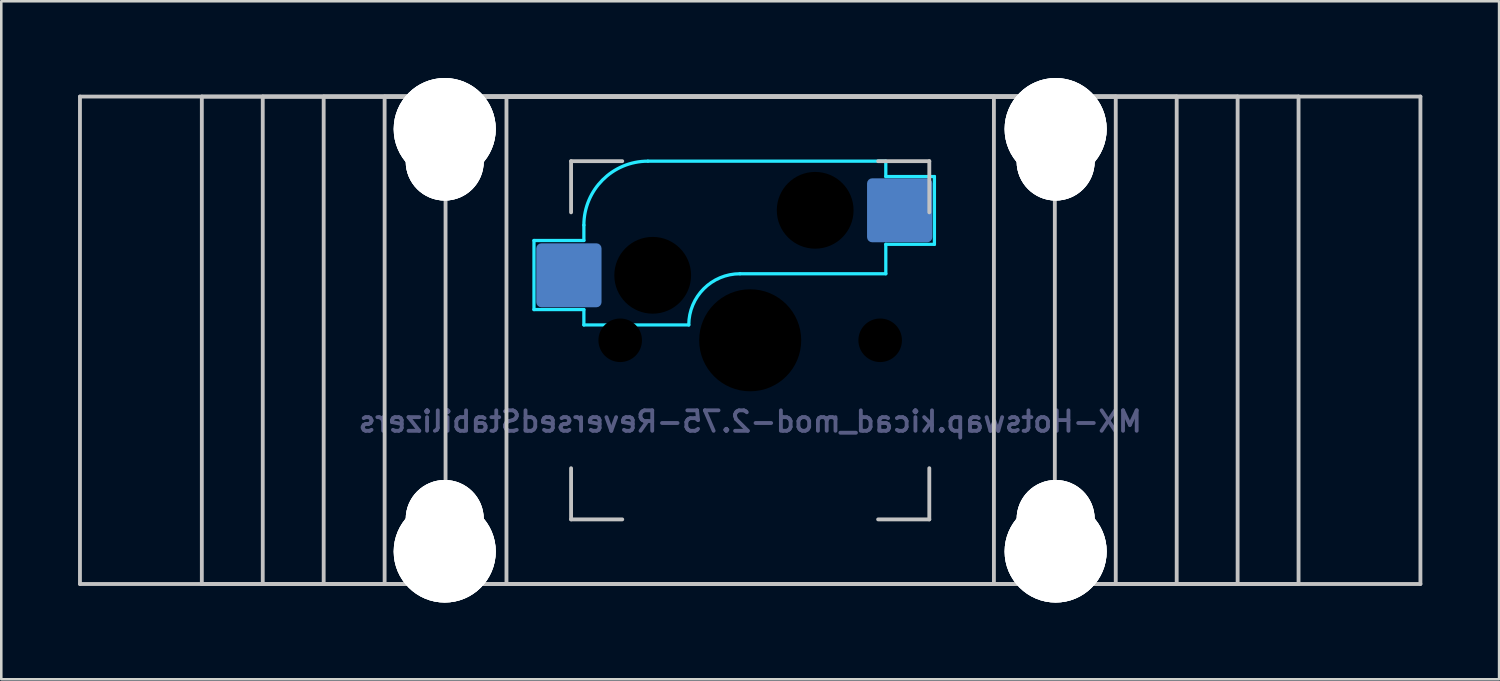
<source format=kicad_pcb>
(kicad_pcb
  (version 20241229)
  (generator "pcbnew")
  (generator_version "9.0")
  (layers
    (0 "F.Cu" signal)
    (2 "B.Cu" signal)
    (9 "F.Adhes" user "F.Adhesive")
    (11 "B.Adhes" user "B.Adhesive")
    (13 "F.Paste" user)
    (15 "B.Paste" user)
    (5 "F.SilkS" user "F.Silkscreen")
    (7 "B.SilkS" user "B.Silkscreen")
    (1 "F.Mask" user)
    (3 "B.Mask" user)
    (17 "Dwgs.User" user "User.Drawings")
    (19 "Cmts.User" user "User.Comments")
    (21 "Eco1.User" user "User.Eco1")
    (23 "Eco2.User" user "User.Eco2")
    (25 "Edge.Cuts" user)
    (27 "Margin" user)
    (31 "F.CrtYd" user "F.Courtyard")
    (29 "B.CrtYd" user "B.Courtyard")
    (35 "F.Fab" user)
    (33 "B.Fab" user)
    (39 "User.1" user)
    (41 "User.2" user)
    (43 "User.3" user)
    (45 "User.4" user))
  (footprint "MX-Hotswap.kicad_mod-2.75-ReversedStabilizers"
    (layer "F.Cu")
    (at 26.269 10.249)
    (property "Reference" "MX-Hotswap.kicad_mod-2.75-ReversedStabilizers" (at 0 3.175 0) (layer "B.Fab") (effects (font (size 0.8 0.8) (thickness 0.15)) (justify mirror)))
    (attr smd)
    (fp_line (start -26.194 9.525) (end -26.194 -9.525) (stroke (width 0.15) (type solid)) (layer "Dwgs.User"))
    (fp_line (start -21.431 9.525) (end -21.431 -9.525) (stroke (width 0.15) (type solid)) (layer "Dwgs.User"))
    (fp_line (start -19.05 9.525) (end -19.05 -9.525) (stroke (width 0.15) (type solid)) (layer "Dwgs.User"))
    (fp_line (start -16.669 9.525) (end -16.669 -9.525) (stroke (width 0.15) (type solid)) (layer "Dwgs.User"))
    (fp_line (start -14.287 9.525) (end -14.287 -9.525) (stroke (width 0.15) (type solid)) (layer "Dwgs.User"))
    (fp_line (start -11.906 9.525) (end -11.906 -9.525) (stroke (width 0.15) (type solid)) (layer "Dwgs.User"))
    (fp_line (start -9.525 9.525) (end -9.525 -9.525) (stroke (width 0.15) (type solid)) (layer "Dwgs.User"))
    (fp_line (start -7 -7) (end -7 -5) (stroke (width 0.15) (type solid)) (layer "Dwgs.User"))
    (fp_line (start -7 5) (end -7 7) (stroke (width 0.15) (type solid)) (layer "Dwgs.User"))
    (fp_line (start -7 7) (end -5 7) (stroke (width 0.15) (type solid)) (layer "Dwgs.User"))
    (fp_line (start -5 -7) (end -7 -7) (stroke (width 0.15) (type solid)) (layer "Dwgs.User"))
    (fp_line (start 5 -7) (end 7 -7) (stroke (width 0.15) (type solid)) (layer "Dwgs.User"))
    (fp_line (start 5 7) (end 7 7) (stroke (width 0.15) (type solid)) (layer "Dwgs.User"))
    (fp_line (start 7 -7) (end 7 -5) (stroke (width 0.15) (type solid)) (layer "Dwgs.User"))
    (fp_line (start 7 7) (end 7 5) (stroke (width 0.15) (type solid)) (layer "Dwgs.User"))
    (fp_line (start 9.525 -9.525) (end -9.525 -9.525) (stroke (width 0.15) (type solid)) (layer "Dwgs.User"))
    (fp_line (start 9.525 9.525) (end -9.525 9.525) (stroke (width 0.15) (type solid)) (layer "Dwgs.User"))
    (fp_line (start 9.525 9.525) (end 9.525 -9.525) (stroke (width 0.15) (type solid)) (layer "Dwgs.User"))
    (fp_line (start 11.906 -9.525) (end -11.906 -9.525) (stroke (width 0.15) (type solid)) (layer "Dwgs.User"))
    (fp_line (start 11.906 9.525) (end -11.906 9.525) (stroke (width 0.15) (type solid)) (layer "Dwgs.User"))
    (fp_line (start 11.906 9.525) (end 11.906 -9.525) (stroke (width 0.15) (type solid)) (layer "Dwgs.User"))
    (fp_line (start 14.287 -9.525) (end -14.287 -9.525) (stroke (width 0.15) (type solid)) (layer "Dwgs.User"))
    (fp_line (start 14.287 9.525) (end -14.287 9.525) (stroke (width 0.15) (type solid)) (layer "Dwgs.User"))
    (fp_line (start 14.287 9.525) (end 14.287 -9.525) (stroke (width 0.15) (type solid)) (layer "Dwgs.User"))
    (fp_line (start 16.669 -9.525) (end -16.669 -9.525) (stroke (width 0.15) (type solid)) (layer "Dwgs.User"))
    (fp_line (start 16.669 9.525) (end -16.669 9.525) (stroke (width 0.15) (type solid)) (layer "Dwgs.User"))
    (fp_line (start 16.669 9.525) (end 16.669 -9.525) (stroke (width 0.15) (type solid)) (layer "Dwgs.User"))
    (fp_line (start 19.05 -9.525) (end -19.05 -9.525) (stroke (width 0.15) (type solid)) (layer "Dwgs.User"))
    (fp_line (start 19.05 9.525) (end -19.05 9.525) (stroke (width 0.15) (type solid)) (layer "Dwgs.User"))
    (fp_line (start 19.05 9.525) (end 19.05 -9.525) (stroke (width 0.15) (type solid)) (layer "Dwgs.User"))
    (fp_line (start 21.431 -9.525) (end -21.431 -9.525) (stroke (width 0.15) (type solid)) (layer "Dwgs.User"))
    (fp_line (start 21.431 9.525) (end -21.431 9.525) (stroke (width 0.15) (type solid)) (layer "Dwgs.User"))
    (fp_line (start 21.431 9.525) (end 21.431 -9.525) (stroke (width 0.15) (type solid)) (layer "Dwgs.User"))
    (fp_line (start 26.194 -9.525) (end -26.194 -9.525) (stroke (width 0.15) (type solid)) (layer "Dwgs.User"))
    (fp_line (start 26.194 9.525) (end -26.194 9.525) (stroke (width 0.15) (type solid)) (layer "Dwgs.User"))
    (fp_line (start 26.194 9.525) (end 26.194 -9.525) (stroke (width 0.15) (type solid)) (layer "Dwgs.User"))
    (fp_line (start -8.45 -3.9) (end -8.45 -1.2) (stroke (width 0.127) (type solid)) (layer "B.CrtYd"))
    (fp_line (start -8.45 -1.2) (end -6.5 -1.2) (stroke (width 0.127) (type solid)) (layer "B.CrtYd"))
    (fp_line (start -6.5 -4.5) (end -6.5 -3.9) (stroke (width 0.127) (type solid)) (layer "B.CrtYd"))
    (fp_line (start -6.5 -3.9) (end -8.45 -3.9) (stroke (width 0.127) (type solid)) (layer "B.CrtYd"))
    (fp_line (start -6.5 -0.6) (end -6.5 -1.2) (stroke (width 0.127) (type solid)) (layer "B.CrtYd"))
    (fp_line (start -6.5 -0.6) (end -2.4 -0.6) (stroke (width 0.127) (type solid)) (layer "B.CrtYd"))
    (fp_line (start -0.4 -2.6) (end 5.3 -2.6) (stroke (width 0.127) (type solid)) (layer "B.CrtYd"))
    (fp_line (start 5.3 -7) (end -4 -7) (stroke (width 0.127) (type solid)) (layer "B.CrtYd"))
    (fp_line (start 5.3 -7) (end 5.3 -6.4) (stroke (width 0.127) (type solid)) (layer "B.CrtYd"))
    (fp_line (start 5.3 -6.4) (end 7.2 -6.4) (stroke (width 0.127) (type solid)) (layer "B.CrtYd"))
    (fp_line (start 5.3 -2.6) (end 5.3 -3.75) (stroke (width 0.127) (type solid)) (layer "B.CrtYd"))
    (fp_line (start 7.2 -6.4) (end 7.2 -3.75) (stroke (width 0.127) (type solid)) (layer "B.CrtYd"))
    (fp_line (start 7.2 -3.75) (end 5.3 -3.75) (stroke (width 0.127) (type solid)) (layer "B.CrtYd"))
    (fp_arc (start -6.5 -4.5) (mid -5.767767 -6.267767) (end -4 -7) (stroke (width 0.127) (type solid)) (layer "B.CrtYd"))
    (fp_arc (start -2.4 -0.6) (mid -1.814214 -2.014214) (end -0.4 -2.6) (stroke (width 0.127) (type solid)) (layer "B.CrtYd"))
    (pad "" np_thru_hole circle (at -11.938 -8.255) (size 3.988 3.988) (drill 3.988) (layers "*.Cu" "*.Mask"))
    (pad "" np_thru_hole circle (at -11.938 -8.255) (size 3.988 3.988) (drill 3.988) (layers "*.Cu" "*.Mask"))
    (pad "" np_thru_hole circle (at -11.938 -8.255) (size 3.988 3.988) (drill 3.988) (layers "*.Cu" "*.Mask"))
    (pad "" np_thru_hole circle (at -11.938 -6.985) (size 3.048 3.048) (drill 3.048) (layers "*.Cu" "*.Mask"))
    (pad "" np_thru_hole circle (at -11.938 -6.985) (size 3.048 3.048) (drill 3.048) (layers "*.Cu" "*.Mask"))
    (pad "" np_thru_hole circle (at -11.938 -6.985) (size 3.048 3.048) (drill 3.048) (layers "*.Cu" "*.Mask"))
    (pad "" np_thru_hole circle (at -11.938 6.985) (size 3.048 3.048) (drill 3.048) (layers "*.Cu" "*.Mask"))
    (pad "" np_thru_hole circle (at -11.938 6.985) (size 3.048 3.048) (drill 3.048) (layers "*.Cu" "*.Mask"))
    (pad "" np_thru_hole circle (at -11.938 6.985) (size 3.048 3.048) (drill 3.048) (layers "*.Cu" "*.Mask"))
    (pad "" np_thru_hole circle (at -11.938 8.255) (size 3.988 3.988) (drill 3.988) (layers "*.Cu" "*.Mask"))
    (pad "" np_thru_hole circle (at -11.938 8.255) (size 3.988 3.988) (drill 3.988) (layers "*.Cu" "*.Mask"))
    (pad "" np_thru_hole circle (at -11.938 8.255) (size 3.988 3.988) (drill 3.988) (layers "*.Cu" "*.Mask"))
    (pad "" np_thru_hole circle (at -5.08 0 48.099) (size 1.702 1.702) (drill 1.702) (layers "*.Mask"))
    (pad "" np_thru_hole circle (at -3.81 -2.54) (size 3 3) (drill 3) (layers "*.Mask"))
    (pad "" np_thru_hole circle (at 0 0) (size 3.988 3.988) (drill 3.988) (layers "*.Mask"))
    (pad "" np_thru_hole circle (at 2.54 -5.08) (size 3 3) (drill 3) (layers "*.Mask"))
    (pad "" np_thru_hole circle (at 5.08 0 48.099) (size 1.702 1.702) (drill 1.702) (layers "*.Mask"))
    (pad "" np_thru_hole circle (at 11.938 -8.255) (size 3.988 3.988) (drill 3.988) (layers "*.Cu" "*.Mask"))
    (pad "" np_thru_hole circle (at 11.938 -8.255) (size 3.988 3.988) (drill 3.988) (layers "*.Cu" "*.Mask"))
    (pad "" np_thru_hole circle (at 11.938 -8.255) (size 3.988 3.988) (drill 3.988) (layers "*.Cu" "*.Mask"))
    (pad "" np_thru_hole circle (at 11.938 -6.985) (size 3.048 3.048) (drill 3.048) (layers "*.Cu" "*.Mask"))
    (pad "" np_thru_hole circle (at 11.938 -6.985) (size 3.048 3.048) (drill 3.048) (layers "*.Cu" "*.Mask"))
    (pad "" np_thru_hole circle (at 11.938 -6.985) (size 3.048 3.048) (drill 3.048) (layers "*.Cu" "*.Mask"))
    (pad "" np_thru_hole circle (at 11.938 6.985) (size 3.048 3.048) (drill 3.048) (layers "*.Cu" "*.Mask"))
    (pad "" np_thru_hole circle (at 11.938 6.985) (size 3.048 3.048) (drill 3.048) (layers "*.Cu" "*.Mask"))
    (pad "" np_thru_hole circle (at 11.938 6.985) (size 3.048 3.048) (drill 3.048) (layers "*.Cu" "*.Mask"))
    (pad "" np_thru_hole circle (at 11.938 8.255) (size 3.988 3.988) (drill 3.988) (layers "*.Cu" "*.Mask"))
    (pad "" np_thru_hole circle (at 11.938 8.255) (size 3.988 3.988) (drill 3.988) (layers "*.Cu" "*.Mask"))
    (pad "" np_thru_hole circle (at 11.938 8.255) (size 3.988 3.988) (drill 3.988) (layers "*.Cu" "*.Mask"))
    (pad "1" smd roundrect (at -7.085 -2.54) (size 2.55 2.5) (layers "B.Cu" "B.Mask" "B.Paste") (roundrect_rratio 0.08))
    (pad "2" smd roundrect (at 5.842 -5.08) (size 2.55 2.5) (layers "B.Cu" "B.Mask" "B.Paste") (roundrect_rratio 0.08)))
  (gr_rect
    (start -3 -3)
    (end 55.538 23.498)
    (stroke (width 0.1) (type default))
    (fill no)
    (layer "Edge.Cuts")))
</source>
